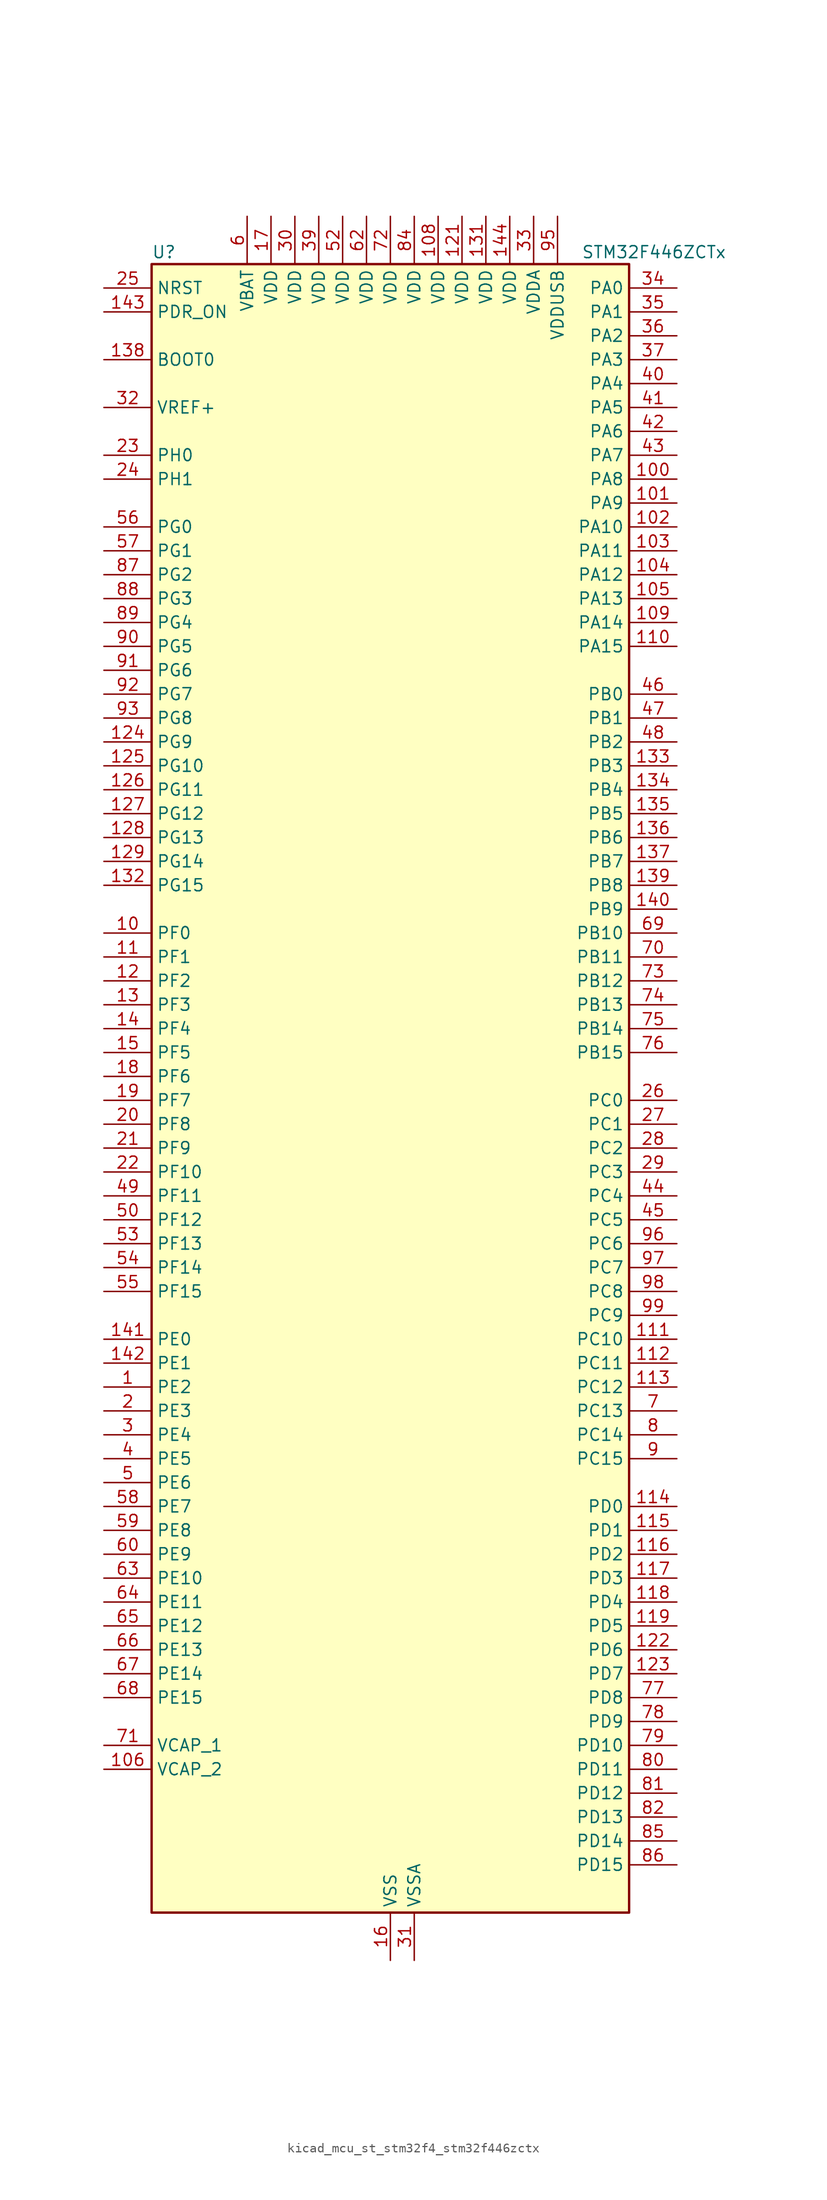
<source format=kicad_sym>
(kicad_symbol_lib
  (version 20220914)
  (generator kicad_symbol_editor)
  (symbol "kicad_mcu_st_stm32f4_stm32f446zctx"
    (property "Reference" "U"
      (at -25.4 90.17 0)
      (effects (font (size 1.27 1.27)) (justify left)))
    (property "Value" "STM32F446ZCTx"
      (at 20.32 90.17 0)
      (effects (font (size 1.27 1.27)) (justify left)))
    (property "ki_locked" ""
      (at 0 0 0)
      (effects (font (size 1.27 1.27))))
    (symbol "kicad_mcu_st_stm32f4_stm32f446zctx_0_1"
      (rectangle (start -25.4 -86.36) (end 25.4 88.9) (stroke (width 0.254) (type default)) (fill (type background))))
    (symbol "kicad_mcu_st_stm32f4_stm32f446zctx_1_1"
      (pin bidirectional line (at -30.48 -30.48 0) (length 5.08) (name "PE2" (effects (font (size 1.27 1.27)))) (number "1" (effects (font (size 1.27 1.27)))) (alternate "FMC_A23" bidirectional line) (alternate "QUADSPI_BK1_IO2" bidirectional line) (alternate "SAI1_MCLK_A" bidirectional line) (alternate "SPI4_SCK" bidirectional line) (alternate "SYS_TRACECLK" bidirectional line))
      (pin bidirectional line (at -30.48 17.78 0) (length 5.08) (name "PF0" (effects (font (size 1.27 1.27)))) (number "10" (effects (font (size 1.27 1.27)))) (alternate "FMC_A0" bidirectional line) (alternate "I2C2_SDA" bidirectional line))
      (pin bidirectional line (at 30.48 66.04 180) (length 5.08) (name "PA8" (effects (font (size 1.27 1.27)))) (number "100" (effects (font (size 1.27 1.27)))) (alternate "I2C3_SCL" bidirectional line) (alternate "RCC_MCO_1" bidirectional line) (alternate "TIM1_CH1" bidirectional line) (alternate "USART1_CK" bidirectional line) (alternate "USB_OTG_FS_SOF" bidirectional line))
      (pin bidirectional line (at 30.48 63.5 180) (length 5.08) (name "PA9" (effects (font (size 1.27 1.27)))) (number "101" (effects (font (size 1.27 1.27)))) (alternate "DAC_EXTI9" bidirectional line) (alternate "DCMI_D0" bidirectional line) (alternate "I2C3_SMBA" bidirectional line) (alternate "I2S2_CK" bidirectional line) (alternate "SAI1_SD_B" bidirectional line) (alternate "SPI2_SCK" bidirectional line) (alternate "TIM1_CH2" bidirectional line) (alternate "USART1_TX" bidirectional line) (alternate "USB_OTG_FS_VBUS" bidirectional line))
      (pin bidirectional line (at 30.48 60.96 180) (length 5.08) (name "PA10" (effects (font (size 1.27 1.27)))) (number "102" (effects (font (size 1.27 1.27)))) (alternate "DCMI_D1" bidirectional line) (alternate "TIM1_CH3" bidirectional line) (alternate "USART1_RX" bidirectional line) (alternate "USB_OTG_FS_ID" bidirectional line))
      (pin bidirectional line (at 30.48 58.42 180) (length 5.08) (name "PA11" (effects (font (size 1.27 1.27)))) (number "103" (effects (font (size 1.27 1.27)))) (alternate "ADC1_EXTI11" bidirectional line) (alternate "ADC2_EXTI11" bidirectional line) (alternate "ADC3_EXTI11" bidirectional line) (alternate "CAN1_RX" bidirectional line) (alternate "TIM1_CH4" bidirectional line) (alternate "USART1_CTS" bidirectional line) (alternate "USB_OTG_FS_DM" bidirectional line))
      (pin bidirectional line (at 30.48 55.88 180) (length 5.08) (name "PA12" (effects (font (size 1.27 1.27)))) (number "104" (effects (font (size 1.27 1.27)))) (alternate "CAN1_TX" bidirectional line) (alternate "SAI2_FS_B" bidirectional line) (alternate "TIM1_ETR" bidirectional line) (alternate "USART1_RTS" bidirectional line) (alternate "USB_OTG_FS_DP" bidirectional line))
      (pin bidirectional line (at 30.48 53.34 180) (length 5.08) (name "PA13" (effects (font (size 1.27 1.27)))) (number "105" (effects (font (size 1.27 1.27)))) (alternate "SYS_JTMS-SWDIO" bidirectional line))
      (pin power_out line (at -30.48 -71.12 0) (length 5.08) (name "VCAP_2" (effects (font (size 1.27 1.27)))) (number "106" (effects (font (size 1.27 1.27)))))
      (pin passive line (at 0 -91.44 90) (length 5.08) hide (name "VSS" (effects (font (size 1.27 1.27)))) (number "107" (effects (font (size 1.27 1.27)))))
      (pin power_in line (at 5.08 93.98 270) (length 5.08) (name "VDD" (effects (font (size 1.27 1.27)))) (number "108" (effects (font (size 1.27 1.27)))))
      (pin bidirectional line (at 30.48 50.8 180) (length 5.08) (name "PA14" (effects (font (size 1.27 1.27)))) (number "109" (effects (font (size 1.27 1.27)))) (alternate "SYS_JTCK-SWCLK" bidirectional line))
      (pin bidirectional line (at -30.48 15.24 0) (length 5.08) (name "PF1" (effects (font (size 1.27 1.27)))) (number "11" (effects (font (size 1.27 1.27)))) (alternate "FMC_A1" bidirectional line) (alternate "I2C2_SCL" bidirectional line))
      (pin bidirectional line (at 30.48 48.26 180) (length 5.08) (name "PA15" (effects (font (size 1.27 1.27)))) (number "110" (effects (font (size 1.27 1.27)))) (alternate "ADC1_EXTI15" bidirectional line) (alternate "ADC2_EXTI15" bidirectional line) (alternate "ADC3_EXTI15" bidirectional line) (alternate "CEC" bidirectional line) (alternate "I2S1_WS" bidirectional line) (alternate "I2S3_WS" bidirectional line) (alternate "SPI1_NSS" bidirectional line) (alternate "SPI3_NSS" bidirectional line) (alternate "SYS_JTDI" bidirectional line) (alternate "TIM2_CH1" bidirectional line) (alternate "TIM2_ETR" bidirectional line) (alternate "UART4_RTS" bidirectional line))
      (pin bidirectional line (at 30.48 -25.4 180) (length 5.08) (name "PC10" (effects (font (size 1.27 1.27)))) (number "111" (effects (font (size 1.27 1.27)))) (alternate "DCMI_D8" bidirectional line) (alternate "I2S3_CK" bidirectional line) (alternate "QUADSPI_BK1_IO1" bidirectional line) (alternate "SDIO_D2" bidirectional line) (alternate "SPI3_SCK" bidirectional line) (alternate "UART4_TX" bidirectional line) (alternate "USART3_TX" bidirectional line))
      (pin bidirectional line (at 30.48 -27.94 180) (length 5.08) (name "PC11" (effects (font (size 1.27 1.27)))) (number "112" (effects (font (size 1.27 1.27)))) (alternate "ADC1_EXTI11" bidirectional line) (alternate "ADC2_EXTI11" bidirectional line) (alternate "ADC3_EXTI11" bidirectional line) (alternate "DCMI_D4" bidirectional line) (alternate "QUADSPI_BK2_NCS" bidirectional line) (alternate "SDIO_D3" bidirectional line) (alternate "SPI3_MISO" bidirectional line) (alternate "UART4_RX" bidirectional line) (alternate "USART3_RX" bidirectional line))
      (pin bidirectional line (at 30.48 -30.48 180) (length 5.08) (name "PC12" (effects (font (size 1.27 1.27)))) (number "113" (effects (font (size 1.27 1.27)))) (alternate "DCMI_D9" bidirectional line) (alternate "I2C2_SDA" bidirectional line) (alternate "I2S3_SD" bidirectional line) (alternate "SDIO_CK" bidirectional line) (alternate "SPI3_MOSI" bidirectional line) (alternate "UART5_TX" bidirectional line) (alternate "USART3_CK" bidirectional line))
      (pin bidirectional line (at 30.48 -43.18 180) (length 5.08) (name "PD0" (effects (font (size 1.27 1.27)))) (number "114" (effects (font (size 1.27 1.27)))) (alternate "CAN1_RX" bidirectional line) (alternate "FMC_D2" bidirectional line) (alternate "FMC_DA2" bidirectional line) (alternate "I2S3_SD" bidirectional line) (alternate "SPI3_MOSI" bidirectional line) (alternate "SPI4_MISO" bidirectional line))
      (pin bidirectional line (at 30.48 -45.72 180) (length 5.08) (name "PD1" (effects (font (size 1.27 1.27)))) (number "115" (effects (font (size 1.27 1.27)))) (alternate "CAN1_TX" bidirectional line) (alternate "FMC_D3" bidirectional line) (alternate "FMC_DA3" bidirectional line) (alternate "I2S2_WS" bidirectional line) (alternate "SPI2_NSS" bidirectional line))
      (pin bidirectional line (at 30.48 -48.26 180) (length 5.08) (name "PD2" (effects (font (size 1.27 1.27)))) (number "116" (effects (font (size 1.27 1.27)))) (alternate "DCMI_D11" bidirectional line) (alternate "SDIO_CMD" bidirectional line) (alternate "TIM3_ETR" bidirectional line) (alternate "UART5_RX" bidirectional line))
      (pin bidirectional line (at 30.48 -50.8 180) (length 5.08) (name "PD3" (effects (font (size 1.27 1.27)))) (number "117" (effects (font (size 1.27 1.27)))) (alternate "DCMI_D5" bidirectional line) (alternate "FMC_CLK" bidirectional line) (alternate "I2S2_CK" bidirectional line) (alternate "QUADSPI_CLK" bidirectional line) (alternate "SPI2_SCK" bidirectional line) (alternate "SYS_TRACED1" bidirectional line) (alternate "USART2_CTS" bidirectional line))
      (pin bidirectional line (at 30.48 -53.34 180) (length 5.08) (name "PD4" (effects (font (size 1.27 1.27)))) (number "118" (effects (font (size 1.27 1.27)))) (alternate "FMC_NOE" bidirectional line) (alternate "USART2_RTS" bidirectional line))
      (pin bidirectional line (at 30.48 -55.88 180) (length 5.08) (name "PD5" (effects (font (size 1.27 1.27)))) (number "119" (effects (font (size 1.27 1.27)))) (alternate "FMC_NWE" bidirectional line) (alternate "USART2_TX" bidirectional line))
      (pin bidirectional line (at -30.48 12.7 0) (length 5.08) (name "PF2" (effects (font (size 1.27 1.27)))) (number "12" (effects (font (size 1.27 1.27)))) (alternate "FMC_A2" bidirectional line) (alternate "I2C2_SMBA" bidirectional line))
      (pin passive line (at 0 -91.44 90) (length 5.08) hide (name "VSS" (effects (font (size 1.27 1.27)))) (number "120" (effects (font (size 1.27 1.27)))))
      (pin power_in line (at 7.62 93.98 270) (length 5.08) (name "VDD" (effects (font (size 1.27 1.27)))) (number "121" (effects (font (size 1.27 1.27)))))
      (pin bidirectional line (at 30.48 -58.42 180) (length 5.08) (name "PD6" (effects (font (size 1.27 1.27)))) (number "122" (effects (font (size 1.27 1.27)))) (alternate "DCMI_D10" bidirectional line) (alternate "FMC_NWAIT" bidirectional line) (alternate "I2S3_SD" bidirectional line) (alternate "SAI1_SD_A" bidirectional line) (alternate "SPI3_MOSI" bidirectional line) (alternate "USART2_RX" bidirectional line))
      (pin bidirectional line (at 30.48 -60.96 180) (length 5.08) (name "PD7" (effects (font (size 1.27 1.27)))) (number "123" (effects (font (size 1.27 1.27)))) (alternate "FMC_NE1" bidirectional line) (alternate "SPDIFRX_IN0" bidirectional line) (alternate "USART2_CK" bidirectional line))
      (pin bidirectional line (at -30.48 38.1 0) (length 5.08) (name "PG9" (effects (font (size 1.27 1.27)))) (number "124" (effects (font (size 1.27 1.27)))) (alternate "DAC_EXTI9" bidirectional line) (alternate "DCMI_VSYNC" bidirectional line) (alternate "FMC_NCE3" bidirectional line) (alternate "FMC_NE2" bidirectional line) (alternate "QUADSPI_BK2_IO2" bidirectional line) (alternate "SAI2_FS_B" bidirectional line) (alternate "SPDIFRX_IN3" bidirectional line) (alternate "USART6_RX" bidirectional line))
      (pin bidirectional line (at -30.48 35.56 0) (length 5.08) (name "PG10" (effects (font (size 1.27 1.27)))) (number "125" (effects (font (size 1.27 1.27)))) (alternate "DCMI_D2" bidirectional line) (alternate "FMC_NE3" bidirectional line) (alternate "SAI2_SD_B" bidirectional line))
      (pin bidirectional line (at -30.48 33.02 0) (length 5.08) (name "PG11" (effects (font (size 1.27 1.27)))) (number "126" (effects (font (size 1.27 1.27)))) (alternate "ADC1_EXTI11" bidirectional line) (alternate "ADC2_EXTI11" bidirectional line) (alternate "ADC3_EXTI11" bidirectional line) (alternate "DCMI_D3" bidirectional line) (alternate "SPDIFRX_IN0" bidirectional line) (alternate "SPI4_SCK" bidirectional line))
      (pin bidirectional line (at -30.48 30.48 0) (length 5.08) (name "PG12" (effects (font (size 1.27 1.27)))) (number "127" (effects (font (size 1.27 1.27)))) (alternate "FMC_NE4" bidirectional line) (alternate "SPDIFRX_IN1" bidirectional line) (alternate "SPI4_MISO" bidirectional line) (alternate "USART6_RTS" bidirectional line))
      (pin bidirectional line (at -30.48 27.94 0) (length 5.08) (name "PG13" (effects (font (size 1.27 1.27)))) (number "128" (effects (font (size 1.27 1.27)))) (alternate "FMC_A24" bidirectional line) (alternate "SPI4_MOSI" bidirectional line) (alternate "SYS_TRACED2" bidirectional line) (alternate "USART6_CTS" bidirectional line))
      (pin bidirectional line (at -30.48 25.4 0) (length 5.08) (name "PG14" (effects (font (size 1.27 1.27)))) (number "129" (effects (font (size 1.27 1.27)))) (alternate "FMC_A25" bidirectional line) (alternate "QUADSPI_BK2_IO3" bidirectional line) (alternate "SPI4_NSS" bidirectional line) (alternate "SYS_TRACED3" bidirectional line) (alternate "USART6_TX" bidirectional line))
      (pin bidirectional line (at -30.48 10.16 0) (length 5.08) (name "PF3" (effects (font (size 1.27 1.27)))) (number "13" (effects (font (size 1.27 1.27)))) (alternate "ADC3_IN9" bidirectional line) (alternate "FMC_A3" bidirectional line))
      (pin passive line (at 0 -91.44 90) (length 5.08) hide (name "VSS" (effects (font (size 1.27 1.27)))) (number "130" (effects (font (size 1.27 1.27)))))
      (pin power_in line (at 10.16 93.98 270) (length 5.08) (name "VDD" (effects (font (size 1.27 1.27)))) (number "131" (effects (font (size 1.27 1.27)))))
      (pin bidirectional line (at -30.48 22.86 0) (length 5.08) (name "PG15" (effects (font (size 1.27 1.27)))) (number "132" (effects (font (size 1.27 1.27)))) (alternate "ADC1_EXTI15" bidirectional line) (alternate "ADC2_EXTI15" bidirectional line) (alternate "ADC3_EXTI15" bidirectional line) (alternate "DCMI_D13" bidirectional line) (alternate "FMC_SDNCAS" bidirectional line) (alternate "USART6_CTS" bidirectional line))
      (pin bidirectional line (at 30.48 35.56 180) (length 5.08) (name "PB3" (effects (font (size 1.27 1.27)))) (number "133" (effects (font (size 1.27 1.27)))) (alternate "I2C2_SDA" bidirectional line) (alternate "I2S1_CK" bidirectional line) (alternate "I2S3_CK" bidirectional line) (alternate "SPI1_SCK" bidirectional line) (alternate "SPI3_SCK" bidirectional line) (alternate "SYS_JTDO-SWO" bidirectional line) (alternate "TIM2_CH2" bidirectional line))
      (pin bidirectional line (at 30.48 33.02 180) (length 5.08) (name "PB4" (effects (font (size 1.27 1.27)))) (number "134" (effects (font (size 1.27 1.27)))) (alternate "I2C3_SDA" bidirectional line) (alternate "I2S2_WS" bidirectional line) (alternate "SPI1_MISO" bidirectional line) (alternate "SPI2_NSS" bidirectional line) (alternate "SPI3_MISO" bidirectional line) (alternate "SYS_JTRST" bidirectional line) (alternate "TIM3_CH1" bidirectional line))
      (pin bidirectional line (at 30.48 30.48 180) (length 5.08) (name "PB5" (effects (font (size 1.27 1.27)))) (number "135" (effects (font (size 1.27 1.27)))) (alternate "CAN2_RX" bidirectional line) (alternate "DCMI_D10" bidirectional line) (alternate "FMC_SDCKE1" bidirectional line) (alternate "I2C1_SMBA" bidirectional line) (alternate "I2S1_SD" bidirectional line) (alternate "I2S3_SD" bidirectional line) (alternate "SPI1_MOSI" bidirectional line) (alternate "SPI3_MOSI" bidirectional line) (alternate "TIM3_CH2" bidirectional line) (alternate "USB_OTG_HS_ULPI_D7" bidirectional line))
      (pin bidirectional line (at 30.48 27.94 180) (length 5.08) (name "PB6" (effects (font (size 1.27 1.27)))) (number "136" (effects (font (size 1.27 1.27)))) (alternate "CAN2_TX" bidirectional line) (alternate "CEC" bidirectional line) (alternate "DCMI_D5" bidirectional line) (alternate "FMC_SDNE1" bidirectional line) (alternate "I2C1_SCL" bidirectional line) (alternate "QUADSPI_BK1_NCS" bidirectional line) (alternate "TIM4_CH1" bidirectional line) (alternate "USART1_TX" bidirectional line))
      (pin bidirectional line (at 30.48 25.4 180) (length 5.08) (name "PB7" (effects (font (size 1.27 1.27)))) (number "137" (effects (font (size 1.27 1.27)))) (alternate "DCMI_VSYNC" bidirectional line) (alternate "FMC_NL" bidirectional line) (alternate "I2C1_SDA" bidirectional line) (alternate "SPDIFRX_IN0" bidirectional line) (alternate "TIM4_CH2" bidirectional line) (alternate "USART1_RX" bidirectional line))
      (pin input line (at -30.48 78.74 0) (length 5.08) (name "BOOT0" (effects (font (size 1.27 1.27)))) (number "138" (effects (font (size 1.27 1.27)))))
      (pin bidirectional line (at 30.48 22.86 180) (length 5.08) (name "PB8" (effects (font (size 1.27 1.27)))) (number "139" (effects (font (size 1.27 1.27)))) (alternate "CAN1_RX" bidirectional line) (alternate "DCMI_D6" bidirectional line) (alternate "I2C1_SCL" bidirectional line) (alternate "SDIO_D4" bidirectional line) (alternate "TIM10_CH1" bidirectional line) (alternate "TIM2_CH1" bidirectional line) (alternate "TIM2_ETR" bidirectional line) (alternate "TIM4_CH3" bidirectional line))
      (pin bidirectional line (at -30.48 7.62 0) (length 5.08) (name "PF4" (effects (font (size 1.27 1.27)))) (number "14" (effects (font (size 1.27 1.27)))) (alternate "ADC3_IN14" bidirectional line) (alternate "FMC_A4" bidirectional line))
      (pin bidirectional line (at 30.48 20.32 180) (length 5.08) (name "PB9" (effects (font (size 1.27 1.27)))) (number "140" (effects (font (size 1.27 1.27)))) (alternate "CAN1_TX" bidirectional line) (alternate "DAC_EXTI9" bidirectional line) (alternate "DCMI_D7" bidirectional line) (alternate "I2C1_SDA" bidirectional line) (alternate "I2S2_WS" bidirectional line) (alternate "SAI1_FS_B" bidirectional line) (alternate "SDIO_D5" bidirectional line) (alternate "SPI2_NSS" bidirectional line) (alternate "TIM11_CH1" bidirectional line) (alternate "TIM2_CH2" bidirectional line) (alternate "TIM4_CH4" bidirectional line))
      (pin bidirectional line (at -30.48 -25.4 0) (length 5.08) (name "PE0" (effects (font (size 1.27 1.27)))) (number "141" (effects (font (size 1.27 1.27)))) (alternate "DCMI_D2" bidirectional line) (alternate "FMC_NBL0" bidirectional line) (alternate "SAI2_MCLK_A" bidirectional line) (alternate "TIM4_ETR" bidirectional line))
      (pin bidirectional line (at -30.48 -27.94 0) (length 5.08) (name "PE1" (effects (font (size 1.27 1.27)))) (number "142" (effects (font (size 1.27 1.27)))) (alternate "DCMI_D3" bidirectional line) (alternate "FMC_NBL1" bidirectional line))
      (pin input line (at -30.48 83.82 0) (length 5.08) (name "PDR_ON" (effects (font (size 1.27 1.27)))) (number "143" (effects (font (size 1.27 1.27)))))
      (pin power_in line (at 12.7 93.98 270) (length 5.08) (name "VDD" (effects (font (size 1.27 1.27)))) (number "144" (effects (font (size 1.27 1.27)))))
      (pin bidirectional line (at -30.48 5.08 0) (length 5.08) (name "PF5" (effects (font (size 1.27 1.27)))) (number "15" (effects (font (size 1.27 1.27)))) (alternate "ADC3_IN15" bidirectional line) (alternate "FMC_A5" bidirectional line))
      (pin power_in line (at 0 -91.44 90) (length 5.08) (name "VSS" (effects (font (size 1.27 1.27)))) (number "16" (effects (font (size 1.27 1.27)))))
      (pin power_in line (at -12.7 93.98 270) (length 5.08) (name "VDD" (effects (font (size 1.27 1.27)))) (number "17" (effects (font (size 1.27 1.27)))))
      (pin bidirectional line (at -30.48 2.54 0) (length 5.08) (name "PF6" (effects (font (size 1.27 1.27)))) (number "18" (effects (font (size 1.27 1.27)))) (alternate "ADC3_IN4" bidirectional line) (alternate "QUADSPI_BK1_IO3" bidirectional line) (alternate "SAI1_SD_B" bidirectional line) (alternate "TIM10_CH1" bidirectional line))
      (pin bidirectional line (at -30.48 0 0) (length 5.08) (name "PF7" (effects (font (size 1.27 1.27)))) (number "19" (effects (font (size 1.27 1.27)))) (alternate "ADC3_IN5" bidirectional line) (alternate "QUADSPI_BK1_IO2" bidirectional line) (alternate "SAI1_MCLK_B" bidirectional line) (alternate "TIM11_CH1" bidirectional line))
      (pin bidirectional line (at -30.48 -33.02 0) (length 5.08) (name "PE3" (effects (font (size 1.27 1.27)))) (number "2" (effects (font (size 1.27 1.27)))) (alternate "FMC_A19" bidirectional line) (alternate "SAI1_SD_B" bidirectional line) (alternate "SYS_TRACED0" bidirectional line))
      (pin bidirectional line (at -30.48 -2.54 0) (length 5.08) (name "PF8" (effects (font (size 1.27 1.27)))) (number "20" (effects (font (size 1.27 1.27)))) (alternate "ADC3_IN6" bidirectional line) (alternate "QUADSPI_BK1_IO0" bidirectional line) (alternate "SAI1_SCK_B" bidirectional line) (alternate "TIM13_CH1" bidirectional line))
      (pin bidirectional line (at -30.48 -5.08 0) (length 5.08) (name "PF9" (effects (font (size 1.27 1.27)))) (number "21" (effects (font (size 1.27 1.27)))) (alternate "ADC3_IN7" bidirectional line) (alternate "DAC_EXTI9" bidirectional line) (alternate "QUADSPI_BK1_IO1" bidirectional line) (alternate "SAI1_FS_B" bidirectional line) (alternate "TIM14_CH1" bidirectional line))
      (pin bidirectional line (at -30.48 -7.62 0) (length 5.08) (name "PF10" (effects (font (size 1.27 1.27)))) (number "22" (effects (font (size 1.27 1.27)))) (alternate "ADC3_IN8" bidirectional line) (alternate "DCMI_D11" bidirectional line))
      (pin bidirectional line (at -30.48 68.58 0) (length 5.08) (name "PH0" (effects (font (size 1.27 1.27)))) (number "23" (effects (font (size 1.27 1.27)))) (alternate "RCC_OSC_IN" bidirectional line))
      (pin bidirectional line (at -30.48 66.04 0) (length 5.08) (name "PH1" (effects (font (size 1.27 1.27)))) (number "24" (effects (font (size 1.27 1.27)))) (alternate "RCC_OSC_OUT" bidirectional line))
      (pin input line (at -30.48 86.36 0) (length 5.08) (name "NRST" (effects (font (size 1.27 1.27)))) (number "25" (effects (font (size 1.27 1.27)))))
      (pin bidirectional line (at 30.48 0 180) (length 5.08) (name "PC0" (effects (font (size 1.27 1.27)))) (number "26" (effects (font (size 1.27 1.27)))) (alternate "ADC1_IN10" bidirectional line) (alternate "ADC2_IN10" bidirectional line) (alternate "ADC3_IN10" bidirectional line) (alternate "FMC_SDNWE" bidirectional line) (alternate "SAI1_MCLK_B" bidirectional line) (alternate "USB_OTG_HS_ULPI_STP" bidirectional line))
      (pin bidirectional line (at 30.48 -2.54 180) (length 5.08) (name "PC1" (effects (font (size 1.27 1.27)))) (number "27" (effects (font (size 1.27 1.27)))) (alternate "ADC1_IN11" bidirectional line) (alternate "ADC2_IN11" bidirectional line) (alternate "ADC3_IN11" bidirectional line) (alternate "I2S2_SD" bidirectional line) (alternate "I2S3_SD" bidirectional line) (alternate "SAI1_SD_A" bidirectional line) (alternate "SPI2_MOSI" bidirectional line) (alternate "SPI3_MOSI" bidirectional line))
      (pin bidirectional line (at 30.48 -5.08 180) (length 5.08) (name "PC2" (effects (font (size 1.27 1.27)))) (number "28" (effects (font (size 1.27 1.27)))) (alternate "ADC1_IN12" bidirectional line) (alternate "ADC2_IN12" bidirectional line) (alternate "ADC3_IN12" bidirectional line) (alternate "FMC_SDNE0" bidirectional line) (alternate "SPI2_MISO" bidirectional line) (alternate "USB_OTG_HS_ULPI_DIR" bidirectional line))
      (pin bidirectional line (at 30.48 -7.62 180) (length 5.08) (name "PC3" (effects (font (size 1.27 1.27)))) (number "29" (effects (font (size 1.27 1.27)))) (alternate "ADC1_IN13" bidirectional line) (alternate "ADC2_IN13" bidirectional line) (alternate "ADC3_IN13" bidirectional line) (alternate "FMC_SDCKE0" bidirectional line) (alternate "I2S2_SD" bidirectional line) (alternate "SPI2_MOSI" bidirectional line) (alternate "USB_OTG_HS_ULPI_NXT" bidirectional line))
      (pin bidirectional line (at -30.48 -35.56 0) (length 5.08) (name "PE4" (effects (font (size 1.27 1.27)))) (number "3" (effects (font (size 1.27 1.27)))) (alternate "DCMI_D4" bidirectional line) (alternate "FMC_A20" bidirectional line) (alternate "SAI1_FS_A" bidirectional line) (alternate "SPI4_NSS" bidirectional line) (alternate "SYS_TRACED1" bidirectional line))
      (pin power_in line (at -10.16 93.98 270) (length 5.08) (name "VDD" (effects (font (size 1.27 1.27)))) (number "30" (effects (font (size 1.27 1.27)))))
      (pin power_in line (at 2.54 -91.44 90) (length 5.08) (name "VSSA" (effects (font (size 1.27 1.27)))) (number "31" (effects (font (size 1.27 1.27)))))
      (pin input line (at -30.48 73.66 0) (length 5.08) (name "VREF+" (effects (font (size 1.27 1.27)))) (number "32" (effects (font (size 1.27 1.27)))))
      (pin power_in line (at 15.24 93.98 270) (length 5.08) (name "VDDA" (effects (font (size 1.27 1.27)))) (number "33" (effects (font (size 1.27 1.27)))))
      (pin bidirectional line (at 30.48 86.36 180) (length 5.08) (name "PA0" (effects (font (size 1.27 1.27)))) (number "34" (effects (font (size 1.27 1.27)))) (alternate "ADC1_IN0" bidirectional line) (alternate "ADC2_IN0" bidirectional line) (alternate "ADC3_IN0" bidirectional line) (alternate "RTC_AF2" bidirectional line) (alternate "SYS_WKUP0" bidirectional line) (alternate "TIM2_CH1" bidirectional line) (alternate "TIM2_ETR" bidirectional line) (alternate "TIM5_CH1" bidirectional line) (alternate "TIM8_ETR" bidirectional line) (alternate "UART4_TX" bidirectional line) (alternate "USART2_CTS" bidirectional line))
      (pin bidirectional line (at 30.48 83.82 180) (length 5.08) (name "PA1" (effects (font (size 1.27 1.27)))) (number "35" (effects (font (size 1.27 1.27)))) (alternate "ADC1_IN1" bidirectional line) (alternate "ADC2_IN1" bidirectional line) (alternate "ADC3_IN1" bidirectional line) (alternate "QUADSPI_BK1_IO3" bidirectional line) (alternate "SAI2_MCLK_B" bidirectional line) (alternate "TIM2_CH2" bidirectional line) (alternate "TIM5_CH2" bidirectional line) (alternate "UART4_RX" bidirectional line) (alternate "USART2_RTS" bidirectional line))
      (pin bidirectional line (at 30.48 81.28 180) (length 5.08) (name "PA2" (effects (font (size 1.27 1.27)))) (number "36" (effects (font (size 1.27 1.27)))) (alternate "ADC1_IN2" bidirectional line) (alternate "ADC2_IN2" bidirectional line) (alternate "ADC3_IN2" bidirectional line) (alternate "SAI2_SCK_B" bidirectional line) (alternate "TIM2_CH3" bidirectional line) (alternate "TIM5_CH3" bidirectional line) (alternate "TIM9_CH1" bidirectional line) (alternate "USART2_TX" bidirectional line))
      (pin bidirectional line (at 30.48 78.74 180) (length 5.08) (name "PA3" (effects (font (size 1.27 1.27)))) (number "37" (effects (font (size 1.27 1.27)))) (alternate "ADC1_IN3" bidirectional line) (alternate "ADC2_IN3" bidirectional line) (alternate "ADC3_IN3" bidirectional line) (alternate "SAI1_FS_A" bidirectional line) (alternate "TIM2_CH4" bidirectional line) (alternate "TIM5_CH4" bidirectional line) (alternate "TIM9_CH2" bidirectional line) (alternate "USART2_RX" bidirectional line) (alternate "USB_OTG_HS_ULPI_D0" bidirectional line))
      (pin passive line (at 0 -91.44 90) (length 5.08) hide (name "VSS" (effects (font (size 1.27 1.27)))) (number "38" (effects (font (size 1.27 1.27)))))
      (pin power_in line (at -7.62 93.98 270) (length 5.08) (name "VDD" (effects (font (size 1.27 1.27)))) (number "39" (effects (font (size 1.27 1.27)))))
      (pin bidirectional line (at -30.48 -38.1 0) (length 5.08) (name "PE5" (effects (font (size 1.27 1.27)))) (number "4" (effects (font (size 1.27 1.27)))) (alternate "DCMI_D6" bidirectional line) (alternate "FMC_A21" bidirectional line) (alternate "SAI1_SCK_A" bidirectional line) (alternate "SPI4_MISO" bidirectional line) (alternate "SYS_TRACED2" bidirectional line) (alternate "TIM9_CH1" bidirectional line))
      (pin bidirectional line (at 30.48 76.2 180) (length 5.08) (name "PA4" (effects (font (size 1.27 1.27)))) (number "40" (effects (font (size 1.27 1.27)))) (alternate "ADC1_IN4" bidirectional line) (alternate "ADC2_IN4" bidirectional line) (alternate "DAC_OUT1" bidirectional line) (alternate "DCMI_HSYNC" bidirectional line) (alternate "I2S1_WS" bidirectional line) (alternate "I2S3_WS" bidirectional line) (alternate "SPI1_NSS" bidirectional line) (alternate "SPI3_NSS" bidirectional line) (alternate "USART2_CK" bidirectional line) (alternate "USB_OTG_HS_SOF" bidirectional line))
      (pin bidirectional line (at 30.48 73.66 180) (length 5.08) (name "PA5" (effects (font (size 1.27 1.27)))) (number "41" (effects (font (size 1.27 1.27)))) (alternate "ADC1_IN5" bidirectional line) (alternate "ADC2_IN5" bidirectional line) (alternate "DAC_OUT2" bidirectional line) (alternate "I2S1_CK" bidirectional line) (alternate "SPI1_SCK" bidirectional line) (alternate "TIM2_CH1" bidirectional line) (alternate "TIM2_ETR" bidirectional line) (alternate "TIM8_CH1N" bidirectional line) (alternate "USB_OTG_HS_ULPI_CK" bidirectional line))
      (pin bidirectional line (at 30.48 71.12 180) (length 5.08) (name "PA6" (effects (font (size 1.27 1.27)))) (number "42" (effects (font (size 1.27 1.27)))) (alternate "ADC1_IN6" bidirectional line) (alternate "ADC2_IN6" bidirectional line) (alternate "DCMI_PIXCLK" bidirectional line) (alternate "I2S2_MCK" bidirectional line) (alternate "SPI1_MISO" bidirectional line) (alternate "TIM13_CH1" bidirectional line) (alternate "TIM1_BKIN" bidirectional line) (alternate "TIM3_CH1" bidirectional line) (alternate "TIM8_BKIN" bidirectional line))
      (pin bidirectional line (at 30.48 68.58 180) (length 5.08) (name "PA7" (effects (font (size 1.27 1.27)))) (number "43" (effects (font (size 1.27 1.27)))) (alternate "ADC1_IN7" bidirectional line) (alternate "ADC2_IN7" bidirectional line) (alternate "FMC_SDNWE" bidirectional line) (alternate "I2S1_SD" bidirectional line) (alternate "SPI1_MOSI" bidirectional line) (alternate "TIM14_CH1" bidirectional line) (alternate "TIM1_CH1N" bidirectional line) (alternate "TIM3_CH2" bidirectional line) (alternate "TIM8_CH1N" bidirectional line))
      (pin bidirectional line (at 30.48 -10.16 180) (length 5.08) (name "PC4" (effects (font (size 1.27 1.27)))) (number "44" (effects (font (size 1.27 1.27)))) (alternate "ADC1_IN14" bidirectional line) (alternate "ADC2_IN14" bidirectional line) (alternate "FMC_SDNE0" bidirectional line) (alternate "I2S1_MCK" bidirectional line) (alternate "SPDIFRX_IN2" bidirectional line))
      (pin bidirectional line (at 30.48 -12.7 180) (length 5.08) (name "PC5" (effects (font (size 1.27 1.27)))) (number "45" (effects (font (size 1.27 1.27)))) (alternate "ADC1_IN15" bidirectional line) (alternate "ADC2_IN15" bidirectional line) (alternate "FMC_SDCKE0" bidirectional line) (alternate "SPDIFRX_IN3" bidirectional line) (alternate "USART3_RX" bidirectional line))
      (pin bidirectional line (at 30.48 43.18 180) (length 5.08) (name "PB0" (effects (font (size 1.27 1.27)))) (number "46" (effects (font (size 1.27 1.27)))) (alternate "ADC1_IN8" bidirectional line) (alternate "ADC2_IN8" bidirectional line) (alternate "I2S3_SD" bidirectional line) (alternate "SDIO_D1" bidirectional line) (alternate "SPI3_MOSI" bidirectional line) (alternate "TIM1_CH2N" bidirectional line) (alternate "TIM3_CH3" bidirectional line) (alternate "TIM8_CH2N" bidirectional line) (alternate "UART4_CTS" bidirectional line) (alternate "USB_OTG_HS_ULPI_D1" bidirectional line))
      (pin bidirectional line (at 30.48 40.64 180) (length 5.08) (name "PB1" (effects (font (size 1.27 1.27)))) (number "47" (effects (font (size 1.27 1.27)))) (alternate "ADC1_IN9" bidirectional line) (alternate "ADC2_IN9" bidirectional line) (alternate "SDIO_D2" bidirectional line) (alternate "TIM1_CH3N" bidirectional line) (alternate "TIM3_CH4" bidirectional line) (alternate "TIM8_CH3N" bidirectional line) (alternate "USB_OTG_HS_ULPI_D2" bidirectional line))
      (pin bidirectional line (at 30.48 38.1 180) (length 5.08) (name "PB2" (effects (font (size 1.27 1.27)))) (number "48" (effects (font (size 1.27 1.27)))) (alternate "I2S3_SD" bidirectional line) (alternate "QUADSPI_CLK" bidirectional line) (alternate "SAI1_SD_A" bidirectional line) (alternate "SDIO_CK" bidirectional line) (alternate "SPI3_MOSI" bidirectional line) (alternate "TIM2_CH4" bidirectional line) (alternate "USB_OTG_HS_ULPI_D4" bidirectional line))
      (pin bidirectional line (at -30.48 -10.16 0) (length 5.08) (name "PF11" (effects (font (size 1.27 1.27)))) (number "49" (effects (font (size 1.27 1.27)))) (alternate "ADC1_EXTI11" bidirectional line) (alternate "ADC2_EXTI11" bidirectional line) (alternate "ADC3_EXTI11" bidirectional line) (alternate "DCMI_D12" bidirectional line) (alternate "FMC_SDNRAS" bidirectional line) (alternate "SAI2_SD_B" bidirectional line))
      (pin bidirectional line (at -30.48 -40.64 0) (length 5.08) (name "PE6" (effects (font (size 1.27 1.27)))) (number "5" (effects (font (size 1.27 1.27)))) (alternate "DCMI_D7" bidirectional line) (alternate "FMC_A22" bidirectional line) (alternate "SAI1_SD_A" bidirectional line) (alternate "SPI4_MOSI" bidirectional line) (alternate "SYS_TRACED3" bidirectional line) (alternate "TIM9_CH2" bidirectional line))
      (pin bidirectional line (at -30.48 -12.7 0) (length 5.08) (name "PF12" (effects (font (size 1.27 1.27)))) (number "50" (effects (font (size 1.27 1.27)))) (alternate "FMC_A6" bidirectional line))
      (pin passive line (at 0 -91.44 90) (length 5.08) hide (name "VSS" (effects (font (size 1.27 1.27)))) (number "51" (effects (font (size 1.27 1.27)))))
      (pin power_in line (at -5.08 93.98 270) (length 5.08) (name "VDD" (effects (font (size 1.27 1.27)))) (number "52" (effects (font (size 1.27 1.27)))))
      (pin bidirectional line (at -30.48 -15.24 0) (length 5.08) (name "PF13" (effects (font (size 1.27 1.27)))) (number "53" (effects (font (size 1.27 1.27)))) (alternate "FMC_A7" bidirectional line) (alternate "FMPI2C1_SMBA" bidirectional line))
      (pin bidirectional line (at -30.48 -17.78 0) (length 5.08) (name "PF14" (effects (font (size 1.27 1.27)))) (number "54" (effects (font (size 1.27 1.27)))) (alternate "FMC_A8" bidirectional line) (alternate "FMPI2C1_SCL" bidirectional line))
      (pin bidirectional line (at -30.48 -20.32 0) (length 5.08) (name "PF15" (effects (font (size 1.27 1.27)))) (number "55" (effects (font (size 1.27 1.27)))) (alternate "ADC1_EXTI15" bidirectional line) (alternate "ADC2_EXTI15" bidirectional line) (alternate "ADC3_EXTI15" bidirectional line) (alternate "FMC_A9" bidirectional line) (alternate "FMPI2C1_SDA" bidirectional line))
      (pin bidirectional line (at -30.48 60.96 0) (length 5.08) (name "PG0" (effects (font (size 1.27 1.27)))) (number "56" (effects (font (size 1.27 1.27)))) (alternate "FMC_A10" bidirectional line))
      (pin bidirectional line (at -30.48 58.42 0) (length 5.08) (name "PG1" (effects (font (size 1.27 1.27)))) (number "57" (effects (font (size 1.27 1.27)))) (alternate "FMC_A11" bidirectional line))
      (pin bidirectional line (at -30.48 -43.18 0) (length 5.08) (name "PE7" (effects (font (size 1.27 1.27)))) (number "58" (effects (font (size 1.27 1.27)))) (alternate "FMC_D4" bidirectional line) (alternate "FMC_DA4" bidirectional line) (alternate "QUADSPI_BK2_IO0" bidirectional line) (alternate "TIM1_ETR" bidirectional line) (alternate "UART5_RX" bidirectional line))
      (pin bidirectional line (at -30.48 -45.72 0) (length 5.08) (name "PE8" (effects (font (size 1.27 1.27)))) (number "59" (effects (font (size 1.27 1.27)))) (alternate "FMC_D5" bidirectional line) (alternate "FMC_DA5" bidirectional line) (alternate "QUADSPI_BK2_IO1" bidirectional line) (alternate "TIM1_CH1N" bidirectional line) (alternate "UART5_TX" bidirectional line))
      (pin power_in line (at -15.24 93.98 270) (length 5.08) (name "VBAT" (effects (font (size 1.27 1.27)))) (number "6" (effects (font (size 1.27 1.27)))))
      (pin bidirectional line (at -30.48 -48.26 0) (length 5.08) (name "PE9" (effects (font (size 1.27 1.27)))) (number "60" (effects (font (size 1.27 1.27)))) (alternate "DAC_EXTI9" bidirectional line) (alternate "FMC_D6" bidirectional line) (alternate "FMC_DA6" bidirectional line) (alternate "QUADSPI_BK2_IO2" bidirectional line) (alternate "TIM1_CH1" bidirectional line))
      (pin passive line (at 0 -91.44 90) (length 5.08) hide (name "VSS" (effects (font (size 1.27 1.27)))) (number "61" (effects (font (size 1.27 1.27)))))
      (pin power_in line (at -2.54 93.98 270) (length 5.08) (name "VDD" (effects (font (size 1.27 1.27)))) (number "62" (effects (font (size 1.27 1.27)))))
      (pin bidirectional line (at -30.48 -50.8 0) (length 5.08) (name "PE10" (effects (font (size 1.27 1.27)))) (number "63" (effects (font (size 1.27 1.27)))) (alternate "FMC_D7" bidirectional line) (alternate "FMC_DA7" bidirectional line) (alternate "QUADSPI_BK2_IO3" bidirectional line) (alternate "TIM1_CH2N" bidirectional line))
      (pin bidirectional line (at -30.48 -53.34 0) (length 5.08) (name "PE11" (effects (font (size 1.27 1.27)))) (number "64" (effects (font (size 1.27 1.27)))) (alternate "ADC1_EXTI11" bidirectional line) (alternate "ADC2_EXTI11" bidirectional line) (alternate "ADC3_EXTI11" bidirectional line) (alternate "FMC_D8" bidirectional line) (alternate "FMC_DA8" bidirectional line) (alternate "SAI2_SD_B" bidirectional line) (alternate "SPI4_NSS" bidirectional line) (alternate "TIM1_CH2" bidirectional line))
      (pin bidirectional line (at -30.48 -55.88 0) (length 5.08) (name "PE12" (effects (font (size 1.27 1.27)))) (number "65" (effects (font (size 1.27 1.27)))) (alternate "FMC_D9" bidirectional line) (alternate "FMC_DA9" bidirectional line) (alternate "SAI2_SCK_B" bidirectional line) (alternate "SPI4_SCK" bidirectional line) (alternate "TIM1_CH3N" bidirectional line))
      (pin bidirectional line (at -30.48 -58.42 0) (length 5.08) (name "PE13" (effects (font (size 1.27 1.27)))) (number "66" (effects (font (size 1.27 1.27)))) (alternate "FMC_D10" bidirectional line) (alternate "FMC_DA10" bidirectional line) (alternate "SAI2_FS_B" bidirectional line) (alternate "SPI4_MISO" bidirectional line) (alternate "TIM1_CH3" bidirectional line))
      (pin bidirectional line (at -30.48 -60.96 0) (length 5.08) (name "PE14" (effects (font (size 1.27 1.27)))) (number "67" (effects (font (size 1.27 1.27)))) (alternate "FMC_D11" bidirectional line) (alternate "FMC_DA11" bidirectional line) (alternate "SAI2_MCLK_B" bidirectional line) (alternate "SPI4_MOSI" bidirectional line) (alternate "TIM1_CH4" bidirectional line))
      (pin bidirectional line (at -30.48 -63.5 0) (length 5.08) (name "PE15" (effects (font (size 1.27 1.27)))) (number "68" (effects (font (size 1.27 1.27)))) (alternate "ADC1_EXTI15" bidirectional line) (alternate "ADC2_EXTI15" bidirectional line) (alternate "ADC3_EXTI15" bidirectional line) (alternate "FMC_D12" bidirectional line) (alternate "FMC_DA12" bidirectional line) (alternate "TIM1_BKIN" bidirectional line))
      (pin bidirectional line (at 30.48 17.78 180) (length 5.08) (name "PB10" (effects (font (size 1.27 1.27)))) (number "69" (effects (font (size 1.27 1.27)))) (alternate "I2C2_SCL" bidirectional line) (alternate "I2S2_CK" bidirectional line) (alternate "SAI1_SCK_A" bidirectional line) (alternate "SPI2_SCK" bidirectional line) (alternate "TIM2_CH3" bidirectional line) (alternate "USART3_TX" bidirectional line) (alternate "USB_OTG_HS_ULPI_D3" bidirectional line))
      (pin bidirectional line (at 30.48 -33.02 180) (length 5.08) (name "PC13" (effects (font (size 1.27 1.27)))) (number "7" (effects (font (size 1.27 1.27)))) (alternate "RTC_AF1" bidirectional line) (alternate "SYS_WKUP1" bidirectional line))
      (pin bidirectional line (at 30.48 15.24 180) (length 5.08) (name "PB11" (effects (font (size 1.27 1.27)))) (number "70" (effects (font (size 1.27 1.27)))) (alternate "ADC1_EXTI11" bidirectional line) (alternate "ADC2_EXTI11" bidirectional line) (alternate "ADC3_EXTI11" bidirectional line) (alternate "I2C2_SDA" bidirectional line) (alternate "SAI2_SD_A" bidirectional line) (alternate "TIM2_CH4" bidirectional line) (alternate "USART3_RX" bidirectional line))
      (pin power_out line (at -30.48 -68.58 0) (length 5.08) (name "VCAP_1" (effects (font (size 1.27 1.27)))) (number "71" (effects (font (size 1.27 1.27)))))
      (pin power_in line (at 0 93.98 270) (length 5.08) (name "VDD" (effects (font (size 1.27 1.27)))) (number "72" (effects (font (size 1.27 1.27)))))
      (pin bidirectional line (at 30.48 12.7 180) (length 5.08) (name "PB12" (effects (font (size 1.27 1.27)))) (number "73" (effects (font (size 1.27 1.27)))) (alternate "CAN2_RX" bidirectional line) (alternate "I2C2_SMBA" bidirectional line) (alternate "I2S2_WS" bidirectional line) (alternate "SAI1_SCK_B" bidirectional line) (alternate "SPI2_NSS" bidirectional line) (alternate "TIM1_BKIN" bidirectional line) (alternate "USART3_CK" bidirectional line) (alternate "USB_OTG_HS_ID" bidirectional line) (alternate "USB_OTG_HS_ULPI_D5" bidirectional line))
      (pin bidirectional line (at 30.48 10.16 180) (length 5.08) (name "PB13" (effects (font (size 1.27 1.27)))) (number "74" (effects (font (size 1.27 1.27)))) (alternate "CAN2_TX" bidirectional line) (alternate "I2S2_CK" bidirectional line) (alternate "SPI2_SCK" bidirectional line) (alternate "TIM1_CH1N" bidirectional line) (alternate "USART3_CTS" bidirectional line) (alternate "USB_OTG_HS_ULPI_D6" bidirectional line) (alternate "USB_OTG_HS_VBUS" bidirectional line))
      (pin bidirectional line (at 30.48 7.62 180) (length 5.08) (name "PB14" (effects (font (size 1.27 1.27)))) (number "75" (effects (font (size 1.27 1.27)))) (alternate "SPI2_MISO" bidirectional line) (alternate "TIM12_CH1" bidirectional line) (alternate "TIM1_CH2N" bidirectional line) (alternate "TIM8_CH2N" bidirectional line) (alternate "USART3_RTS" bidirectional line) (alternate "USB_OTG_HS_DM" bidirectional line))
      (pin bidirectional line (at 30.48 5.08 180) (length 5.08) (name "PB15" (effects (font (size 1.27 1.27)))) (number "76" (effects (font (size 1.27 1.27)))) (alternate "ADC1_EXTI15" bidirectional line) (alternate "ADC2_EXTI15" bidirectional line) (alternate "ADC3_EXTI15" bidirectional line) (alternate "I2S2_SD" bidirectional line) (alternate "RTC_REFIN" bidirectional line) (alternate "SPI2_MOSI" bidirectional line) (alternate "TIM12_CH2" bidirectional line) (alternate "TIM1_CH3N" bidirectional line) (alternate "TIM8_CH3N" bidirectional line) (alternate "USB_OTG_HS_DP" bidirectional line))
      (pin bidirectional line (at 30.48 -63.5 180) (length 5.08) (name "PD8" (effects (font (size 1.27 1.27)))) (number "77" (effects (font (size 1.27 1.27)))) (alternate "FMC_D13" bidirectional line) (alternate "FMC_DA13" bidirectional line) (alternate "SPDIFRX_IN1" bidirectional line) (alternate "USART3_TX" bidirectional line))
      (pin bidirectional line (at 30.48 -66.04 180) (length 5.08) (name "PD9" (effects (font (size 1.27 1.27)))) (number "78" (effects (font (size 1.27 1.27)))) (alternate "DAC_EXTI9" bidirectional line) (alternate "FMC_D14" bidirectional line) (alternate "FMC_DA14" bidirectional line) (alternate "USART3_RX" bidirectional line))
      (pin bidirectional line (at 30.48 -68.58 180) (length 5.08) (name "PD10" (effects (font (size 1.27 1.27)))) (number "79" (effects (font (size 1.27 1.27)))) (alternate "FMC_D15" bidirectional line) (alternate "FMC_DA15" bidirectional line) (alternate "USART3_CK" bidirectional line))
      (pin bidirectional line (at 30.48 -35.56 180) (length 5.08) (name "PC14" (effects (font (size 1.27 1.27)))) (number "8" (effects (font (size 1.27 1.27)))) (alternate "RCC_OSC32_IN" bidirectional line))
      (pin bidirectional line (at 30.48 -71.12 180) (length 5.08) (name "PD11" (effects (font (size 1.27 1.27)))) (number "80" (effects (font (size 1.27 1.27)))) (alternate "ADC1_EXTI11" bidirectional line) (alternate "ADC2_EXTI11" bidirectional line) (alternate "ADC3_EXTI11" bidirectional line) (alternate "FMC_A16" bidirectional line) (alternate "FMC_CLE" bidirectional line) (alternate "FMPI2C1_SMBA" bidirectional line) (alternate "QUADSPI_BK1_IO0" bidirectional line) (alternate "SAI2_SD_A" bidirectional line) (alternate "USART3_CTS" bidirectional line))
      (pin bidirectional line (at 30.48 -73.66 180) (length 5.08) (name "PD12" (effects (font (size 1.27 1.27)))) (number "81" (effects (font (size 1.27 1.27)))) (alternate "FMC_A17" bidirectional line) (alternate "FMC_ALE" bidirectional line) (alternate "FMPI2C1_SCL" bidirectional line) (alternate "QUADSPI_BK1_IO1" bidirectional line) (alternate "SAI2_FS_A" bidirectional line) (alternate "TIM4_CH1" bidirectional line) (alternate "USART3_RTS" bidirectional line))
      (pin bidirectional line (at 30.48 -76.2 180) (length 5.08) (name "PD13" (effects (font (size 1.27 1.27)))) (number "82" (effects (font (size 1.27 1.27)))) (alternate "FMC_A18" bidirectional line) (alternate "FMPI2C1_SDA" bidirectional line) (alternate "QUADSPI_BK1_IO3" bidirectional line) (alternate "SAI2_SCK_A" bidirectional line) (alternate "TIM4_CH2" bidirectional line))
      (pin passive line (at 0 -91.44 90) (length 5.08) hide (name "VSS" (effects (font (size 1.27 1.27)))) (number "83" (effects (font (size 1.27 1.27)))))
      (pin power_in line (at 2.54 93.98 270) (length 5.08) (name "VDD" (effects (font (size 1.27 1.27)))) (number "84" (effects (font (size 1.27 1.27)))))
      (pin bidirectional line (at 30.48 -78.74 180) (length 5.08) (name "PD14" (effects (font (size 1.27 1.27)))) (number "85" (effects (font (size 1.27 1.27)))) (alternate "FMC_D0" bidirectional line) (alternate "FMC_DA0" bidirectional line) (alternate "FMPI2C1_SCL" bidirectional line) (alternate "SAI2_SCK_A" bidirectional line) (alternate "TIM4_CH3" bidirectional line))
      (pin bidirectional line (at 30.48 -81.28 180) (length 5.08) (name "PD15" (effects (font (size 1.27 1.27)))) (number "86" (effects (font (size 1.27 1.27)))) (alternate "ADC1_EXTI15" bidirectional line) (alternate "ADC2_EXTI15" bidirectional line) (alternate "ADC3_EXTI15" bidirectional line) (alternate "FMC_D1" bidirectional line) (alternate "FMC_DA1" bidirectional line) (alternate "FMPI2C1_SDA" bidirectional line) (alternate "TIM4_CH4" bidirectional line))
      (pin bidirectional line (at -30.48 55.88 0) (length 5.08) (name "PG2" (effects (font (size 1.27 1.27)))) (number "87" (effects (font (size 1.27 1.27)))) (alternate "FMC_A12" bidirectional line))
      (pin bidirectional line (at -30.48 53.34 0) (length 5.08) (name "PG3" (effects (font (size 1.27 1.27)))) (number "88" (effects (font (size 1.27 1.27)))) (alternate "FMC_A13" bidirectional line))
      (pin bidirectional line (at -30.48 50.8 0) (length 5.08) (name "PG4" (effects (font (size 1.27 1.27)))) (number "89" (effects (font (size 1.27 1.27)))) (alternate "FMC_A14" bidirectional line) (alternate "FMC_BA0" bidirectional line))
      (pin bidirectional line (at 30.48 -38.1 180) (length 5.08) (name "PC15" (effects (font (size 1.27 1.27)))) (number "9" (effects (font (size 1.27 1.27)))) (alternate "ADC1_EXTI15" bidirectional line) (alternate "ADC2_EXTI15" bidirectional line) (alternate "ADC3_EXTI15" bidirectional line) (alternate "RCC_OSC32_OUT" bidirectional line))
      (pin bidirectional line (at -30.48 48.26 0) (length 5.08) (name "PG5" (effects (font (size 1.27 1.27)))) (number "90" (effects (font (size 1.27 1.27)))) (alternate "FMC_A15" bidirectional line) (alternate "FMC_BA1" bidirectional line))
      (pin bidirectional line (at -30.48 45.72 0) (length 5.08) (name "PG6" (effects (font (size 1.27 1.27)))) (number "91" (effects (font (size 1.27 1.27)))) (alternate "DCMI_D12" bidirectional line) (alternate "QUADSPI_BK1_NCS" bidirectional line))
      (pin bidirectional line (at -30.48 43.18 0) (length 5.08) (name "PG7" (effects (font (size 1.27 1.27)))) (number "92" (effects (font (size 1.27 1.27)))) (alternate "DCMI_D13" bidirectional line) (alternate "FMC_INT3" bidirectional line) (alternate "USART6_CK" bidirectional line))
      (pin bidirectional line (at -30.48 40.64 0) (length 5.08) (name "PG8" (effects (font (size 1.27 1.27)))) (number "93" (effects (font (size 1.27 1.27)))) (alternate "FMC_SDCLK" bidirectional line) (alternate "SPDIFRX_IN2" bidirectional line) (alternate "USART6_RTS" bidirectional line))
      (pin passive line (at 0 -91.44 90) (length 5.08) hide (name "VSS" (effects (font (size 1.27 1.27)))) (number "94" (effects (font (size 1.27 1.27)))))
      (pin power_in line (at 17.78 93.98 270) (length 5.08) (name "VDDUSB" (effects (font (size 1.27 1.27)))) (number "95" (effects (font (size 1.27 1.27)))))
      (pin bidirectional line (at 30.48 -15.24 180) (length 5.08) (name "PC6" (effects (font (size 1.27 1.27)))) (number "96" (effects (font (size 1.27 1.27)))) (alternate "DCMI_D0" bidirectional line) (alternate "FMPI2C1_SCL" bidirectional line) (alternate "I2S2_MCK" bidirectional line) (alternate "SDIO_D6" bidirectional line) (alternate "TIM3_CH1" bidirectional line) (alternate "TIM8_CH1" bidirectional line) (alternate "USART6_TX" bidirectional line))
      (pin bidirectional line (at 30.48 -17.78 180) (length 5.08) (name "PC7" (effects (font (size 1.27 1.27)))) (number "97" (effects (font (size 1.27 1.27)))) (alternate "DCMI_D1" bidirectional line) (alternate "FMPI2C1_SDA" bidirectional line) (alternate "I2S2_CK" bidirectional line) (alternate "I2S3_MCK" bidirectional line) (alternate "SDIO_D7" bidirectional line) (alternate "SPDIFRX_IN1" bidirectional line) (alternate "SPI2_SCK" bidirectional line) (alternate "TIM3_CH2" bidirectional line) (alternate "TIM8_CH2" bidirectional line) (alternate "USART6_RX" bidirectional line))
      (pin bidirectional line (at 30.48 -20.32 180) (length 5.08) (name "PC8" (effects (font (size 1.27 1.27)))) (number "98" (effects (font (size 1.27 1.27)))) (alternate "DCMI_D2" bidirectional line) (alternate "SDIO_D0" bidirectional line) (alternate "SYS_TRACED0" bidirectional line) (alternate "TIM3_CH3" bidirectional line) (alternate "TIM8_CH3" bidirectional line) (alternate "UART5_RTS" bidirectional line) (alternate "USART6_CK" bidirectional line))
      (pin bidirectional line (at 30.48 -22.86 180) (length 5.08) (name "PC9" (effects (font (size 1.27 1.27)))) (number "99" (effects (font (size 1.27 1.27)))) (alternate "DAC_EXTI9" bidirectional line) (alternate "DCMI_D3" bidirectional line) (alternate "I2C3_SDA" bidirectional line) (alternate "I2S_CKIN" bidirectional line) (alternate "QUADSPI_BK1_IO0" bidirectional line) (alternate "RCC_MCO_2" bidirectional line) (alternate "SDIO_D1" bidirectional line) (alternate "TIM3_CH4" bidirectional line) (alternate "TIM8_CH4" bidirectional line) (alternate "UART5_CTS" bidirectional line)))))
</source>
